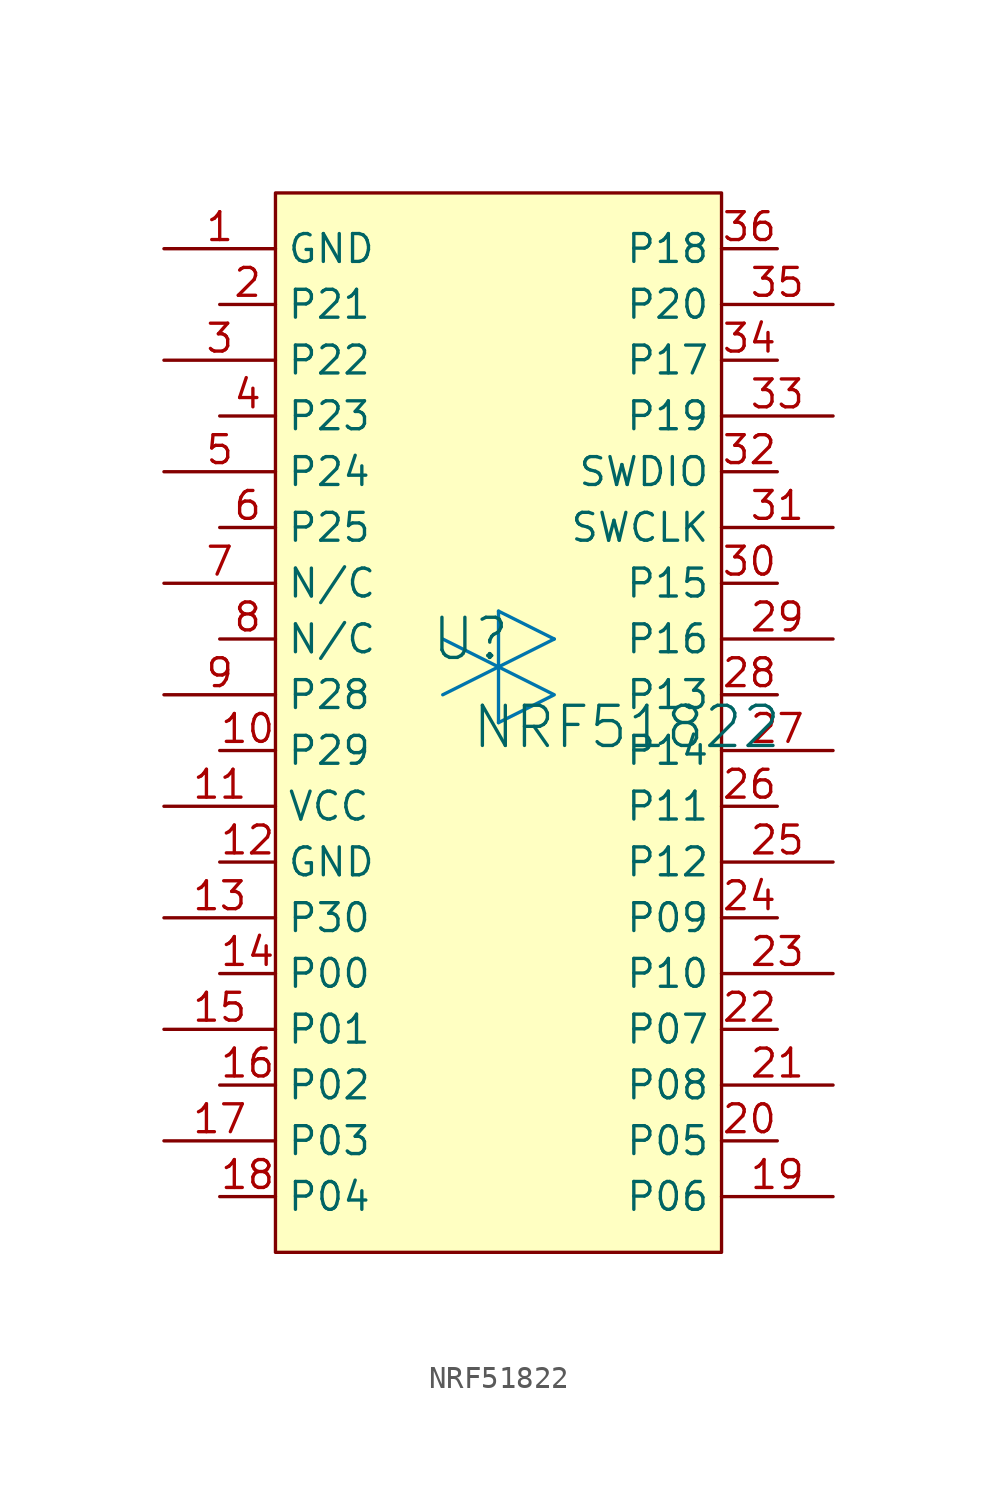
<source format=kicad_sym>
(kicad_symbol_lib
  (version 20241209)
  (generator "kicad_symbol_editor")
  (generator_version "9.0")
  (symbol "NRF51822"
    (property "Reference" "U"
      (at -1.27 1.27 0)
      (effects (font (size 1.829 1.829))))
    (property "Value" "NRF51822"
      (at -1.27 -3.81 0)
      (effects (font (size 1.829 1.829)) (justify left bottom)))
    (symbol "NRF51822_1_0"
      (polyline (pts (xy 0 2.54) (xy 0 -2.54)) (stroke (width 0) (type solid) (color 0 117 173 1)) (fill (type none)))
      (polyline (pts (xy 0 0) (xy -2.54 1.27)) (stroke (width 0) (type solid) (color 0 117 173 1)) (fill (type none)))
      (polyline (pts (xy 0 0) (xy -2.54 -1.27)) (stroke (width 0) (type solid) (color 0 117 173 1)) (fill (type none)))
      (polyline (pts (xy 2.54 1.27) (xy 0 2.54)) (stroke (width 0) (type solid) (color 0 117 173 1)) (fill (type none)))
      (polyline (pts (xy 2.54 1.27) (xy 0 0) (xy 2.54 -1.27) (xy 0 -2.54)) (stroke (width 0) (type solid) (color 0 117 173 1)) (fill (type none)))
      (rectangle (start 10.16 21.59) (end -10.16 -26.67) (stroke (width 0) (type solid) (color 128 0 0 1)) (fill (type background)))
      (pin passive line (at -15.24 19.05 0) (length 5.08) (name "GND" (effects (font (size 1.27 1.27)))) (number "1" (effects (font (size 1.27 1.27)))))
      (pin passive line (at -15.24 13.97 0) (length 5.08) (name "P22" (effects (font (size 1.27 1.27)))) (number "3" (effects (font (size 1.27 1.27)))))
      (pin passive line (at -15.24 8.89 0) (length 5.08) (name "P24" (effects (font (size 1.27 1.27)))) (number "5" (effects (font (size 1.27 1.27)))))
      (pin passive line (at -15.24 3.81 0) (length 5.08) (name "N/C" (effects (font (size 1.27 1.27)))) (number "7" (effects (font (size 1.27 1.27)))))
      (pin passive line (at -15.24 -1.27 0) (length 5.08) (name "P28" (effects (font (size 1.27 1.27)))) (number "9" (effects (font (size 1.27 1.27)))))
      (pin passive line (at -15.24 -6.35 0) (length 5.08) (name "VCC" (effects (font (size 1.27 1.27)))) (number "11" (effects (font (size 1.27 1.27)))))
      (pin passive line (at -15.24 -11.43 0) (length 5.08) (name "P30" (effects (font (size 1.27 1.27)))) (number "13" (effects (font (size 1.27 1.27)))))
      (pin passive line (at -15.24 -16.51 0) (length 5.08) (name "P01" (effects (font (size 1.27 1.27)))) (number "15" (effects (font (size 1.27 1.27)))))
      (pin passive line (at -15.24 -21.59 0) (length 5.08) (name "P03" (effects (font (size 1.27 1.27)))) (number "17" (effects (font (size 1.27 1.27)))))
      (pin passive line (at -12.7 16.51 0) (length 2.54) (name "P21" (effects (font (size 1.27 1.27)))) (number "2" (effects (font (size 1.27 1.27)))))
      (pin passive line (at -12.7 11.43 0) (length 2.54) (name "P23" (effects (font (size 1.27 1.27)))) (number "4" (effects (font (size 1.27 1.27)))))
      (pin passive line (at -12.7 6.35 0) (length 2.54) (name "P25" (effects (font (size 1.27 1.27)))) (number "6" (effects (font (size 1.27 1.27)))))
      (pin passive line (at -12.7 1.27 0) (length 2.54) (name "N/C" (effects (font (size 1.27 1.27)))) (number "8" (effects (font (size 1.27 1.27)))))
      (pin passive line (at -12.7 -3.81 0) (length 2.54) (name "P29" (effects (font (size 1.27 1.27)))) (number "10" (effects (font (size 1.27 1.27)))))
      (pin passive line (at -12.7 -8.89 0) (length 2.54) (name "GND" (effects (font (size 1.27 1.27)))) (number "12" (effects (font (size 1.27 1.27)))))
      (pin passive line (at -12.7 -13.97 0) (length 2.54) (name "P00" (effects (font (size 1.27 1.27)))) (number "14" (effects (font (size 1.27 1.27)))))
      (pin passive line (at -12.7 -19.05 0) (length 2.54) (name "P02" (effects (font (size 1.27 1.27)))) (number "16" (effects (font (size 1.27 1.27)))))
      (pin passive line (at -12.7 -24.13 0) (length 2.54) (name "P04" (effects (font (size 1.27 1.27)))) (number "18" (effects (font (size 1.27 1.27)))))
      (pin passive line (at 12.7 19.05 180) (length 2.54) (name "P18" (effects (font (size 1.27 1.27)))) (number "36" (effects (font (size 1.27 1.27)))))
      (pin passive line (at 12.7 13.97 180) (length 2.54) (name "P17" (effects (font (size 1.27 1.27)))) (number "34" (effects (font (size 1.27 1.27)))))
      (pin passive line (at 12.7 8.89 180) (length 2.54) (name "SWDIO" (effects (font (size 1.27 1.27)))) (number "32" (effects (font (size 1.27 1.27)))))
      (pin passive line (at 12.7 3.81 180) (length 2.54) (name "P15" (effects (font (size 1.27 1.27)))) (number "30" (effects (font (size 1.27 1.27)))))
      (pin passive line (at 12.7 -1.27 180) (length 2.54) (name "P13" (effects (font (size 1.27 1.27)))) (number "28" (effects (font (size 1.27 1.27)))))
      (pin passive line (at 12.7 -6.35 180) (length 2.54) (name "P11" (effects (font (size 1.27 1.27)))) (number "26" (effects (font (size 1.27 1.27)))))
      (pin passive line (at 12.7 -11.43 180) (length 2.54) (name "P09" (effects (font (size 1.27 1.27)))) (number "24" (effects (font (size 1.27 1.27)))))
      (pin passive line (at 12.7 -16.51 180) (length 2.54) (name "P07" (effects (font (size 1.27 1.27)))) (number "22" (effects (font (size 1.27 1.27)))))
      (pin passive line (at 12.7 -21.59 180) (length 2.54) (name "P05" (effects (font (size 1.27 1.27)))) (number "20" (effects (font (size 1.27 1.27)))))
      (pin passive line (at 15.24 16.51 180) (length 5.08) (name "P20" (effects (font (size 1.27 1.27)))) (number "35" (effects (font (size 1.27 1.27)))))
      (pin passive line (at 15.24 11.43 180) (length 5.08) (name "P19" (effects (font (size 1.27 1.27)))) (number "33" (effects (font (size 1.27 1.27)))))
      (pin passive line (at 15.24 6.35 180) (length 5.08) (name "SWCLK" (effects (font (size 1.27 1.27)))) (number "31" (effects (font (size 1.27 1.27)))))
      (pin passive line (at 15.24 1.27 180) (length 5.08) (name "P16" (effects (font (size 1.27 1.27)))) (number "29" (effects (font (size 1.27 1.27)))))
      (pin passive line (at 15.24 -3.81 180) (length 5.08) (name "P14" (effects (font (size 1.27 1.27)))) (number "27" (effects (font (size 1.27 1.27)))))
      (pin passive line (at 15.24 -8.89 180) (length 5.08) (name "P12" (effects (font (size 1.27 1.27)))) (number "25" (effects (font (size 1.27 1.27)))))
      (pin passive line (at 15.24 -13.97 180) (length 5.08) (name "P10" (effects (font (size 1.27 1.27)))) (number "23" (effects (font (size 1.27 1.27)))))
      (pin passive line (at 15.24 -19.05 180) (length 5.08) (name "P08" (effects (font (size 1.27 1.27)))) (number "21" (effects (font (size 1.27 1.27)))))
      (pin passive line (at 15.24 -24.13 180) (length 5.08) (name "P06" (effects (font (size 1.27 1.27)))) (number "19" (effects (font (size 1.27 1.27))))))))
</source>
